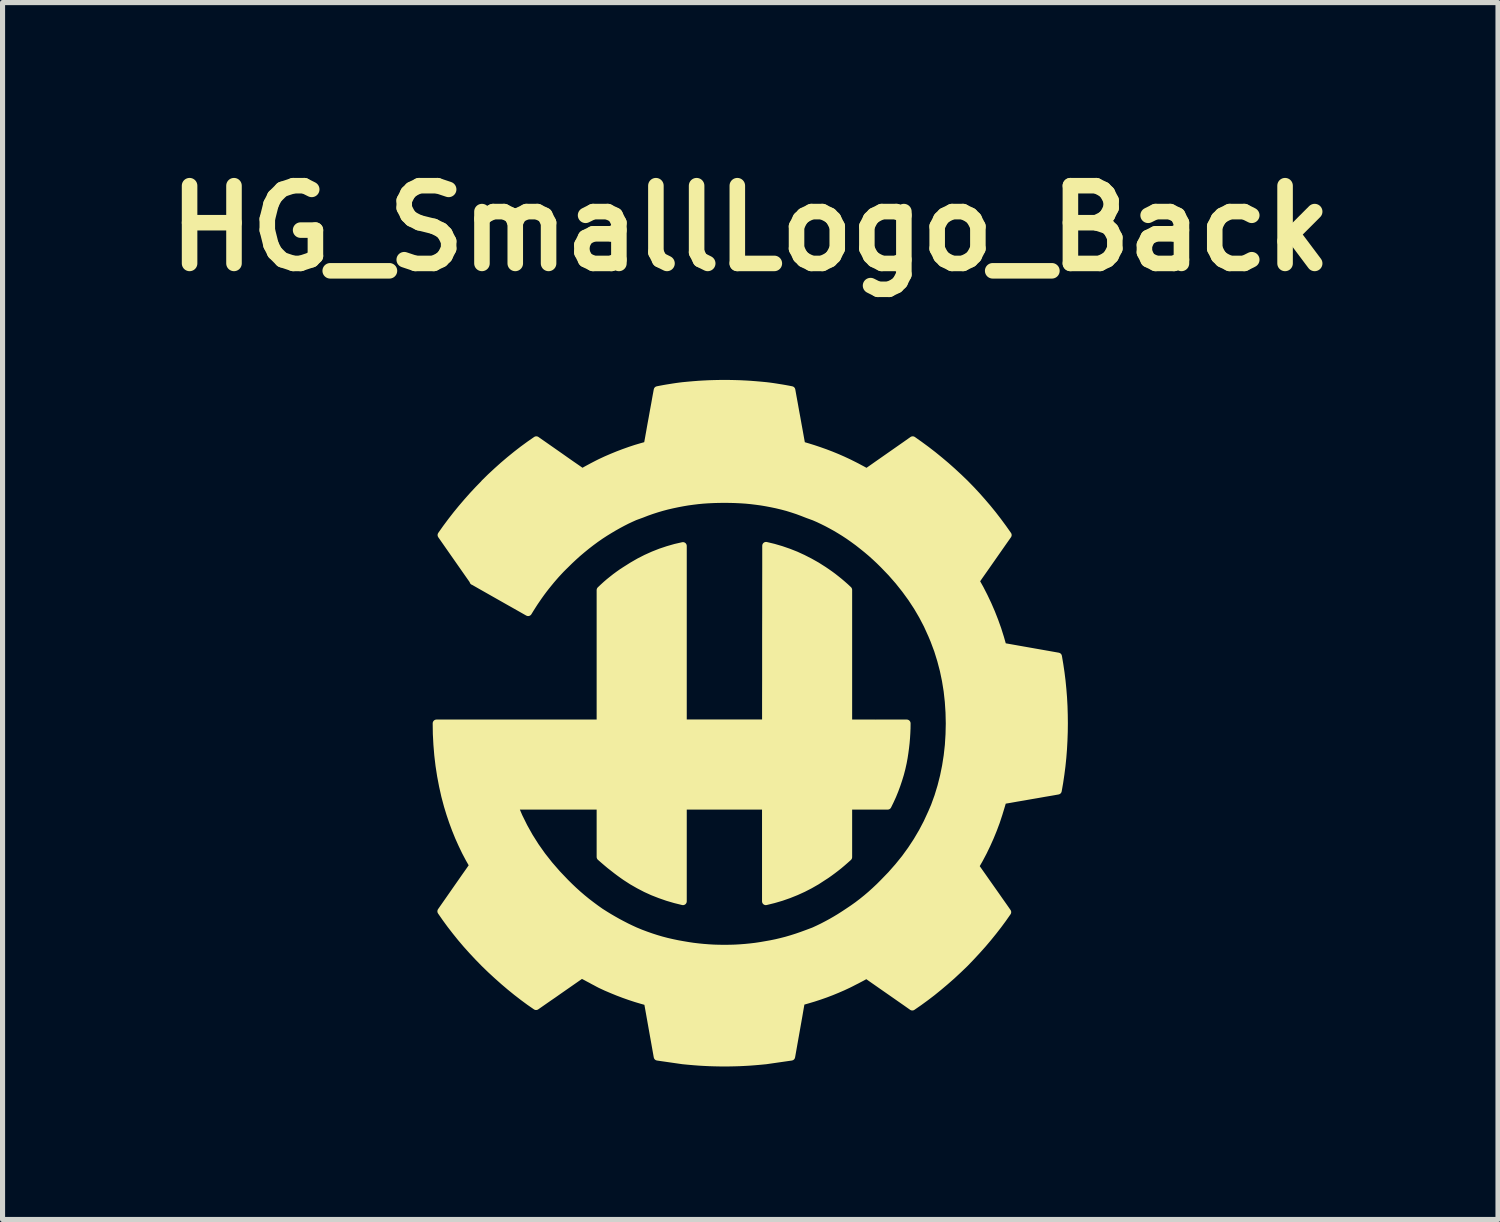
<source format=kicad_pcb>
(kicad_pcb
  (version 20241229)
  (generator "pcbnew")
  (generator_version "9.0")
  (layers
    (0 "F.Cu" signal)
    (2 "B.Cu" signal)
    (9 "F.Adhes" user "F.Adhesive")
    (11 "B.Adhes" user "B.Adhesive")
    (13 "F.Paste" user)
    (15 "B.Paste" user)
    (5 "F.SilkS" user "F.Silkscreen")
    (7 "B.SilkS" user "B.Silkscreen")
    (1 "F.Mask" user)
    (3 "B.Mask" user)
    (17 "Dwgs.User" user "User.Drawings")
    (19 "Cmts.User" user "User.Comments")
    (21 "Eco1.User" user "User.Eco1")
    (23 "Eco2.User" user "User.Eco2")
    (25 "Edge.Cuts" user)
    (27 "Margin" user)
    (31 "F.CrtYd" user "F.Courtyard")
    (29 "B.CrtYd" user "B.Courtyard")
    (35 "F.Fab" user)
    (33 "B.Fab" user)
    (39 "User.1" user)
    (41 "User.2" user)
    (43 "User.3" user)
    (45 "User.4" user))
  (footprint "HG_SmallLogo_Back"
    (layer "F.Cu")
    (at 11.662 11.131)
    (property "Reference" "HG_SmallLogo_Back" (at 0 -9.705 0) (layer "F.SilkS") (effects (font (size 1.524 1.524) (thickness 0.305))))
    (attr smd)
    (fp_poly (pts (xy -5.215 -4.7) (xy -5.329 -4.583) (xy -5.441 -4.463) (xy -5.55 -4.34) (xy -5.657 -4.215) (xy -5.761 -4.088) (xy -5.862 -3.958) (xy -5.961 -3.825) (xy -6.057 -3.689) (xy -5.978 -3.576) (xy -5.9 -3.464) (xy -5.821 -3.351) (xy -5.742 -3.238) (xy -5.663 -3.125) (xy -5.584 -3.012) (xy -5.505 -2.899) (xy -5.426 -2.787) (xy -5.427 -2.786) (xy -5.427 -2.785) (xy -5.428 -2.785) (xy -5.428 -2.784) (xy -5.429 -2.783) (xy -5.429 -2.783) (xy -5.43 -2.783) (xy -5.43 -2.782) (xy -5.43 -2.782) (xy -5.429 -2.782) (xy -5.429 -2.782) (xy -5.428 -2.782) (xy -5.428 -2.782) (xy -5.427 -2.782) (xy -5.427 -2.782) (xy -5.426 -2.782) (xy -5.293 -2.706) (xy -5.159 -2.63) (xy -5.025 -2.554) (xy -4.891 -2.478) (xy -4.757 -2.402) (xy -4.624 -2.327) (xy -4.49 -2.251) (xy -4.356 -2.175) (xy -4.317 -2.239) (xy -4.277 -2.302) (xy -4.236 -2.366) (xy -4.193 -2.429) (xy -4.149 -2.493) (xy -4.104 -2.556) (xy -4.057 -2.619) (xy -4.008 -2.682) (xy -3.957 -2.745) (xy -3.907 -2.806) (xy -3.857 -2.864) (xy -3.809 -2.919) (xy -3.761 -2.971) (xy -3.715 -3.02) (xy -3.669 -3.066) (xy -3.625 -3.109) (xy -3.548 -3.185) (xy -3.468 -3.26) (xy -3.386 -3.334) (xy -3.301 -3.406) (xy -3.214 -3.477) (xy -3.125 -3.546) (xy -3.033 -3.614) (xy -2.938 -3.68) (xy -2.849 -3.738) (xy -2.761 -3.792) (xy -2.675 -3.843) (xy -2.59 -3.891) (xy -2.506 -3.936) (xy -2.424 -3.978) (xy -2.343 -4.016) (xy -2.263 -4.052) (xy -2.246 -4.058) (xy -2.23 -4.064) (xy -2.214 -4.07) (xy -2.197 -4.076) (xy -2.181 -4.082) (xy -2.164 -4.088) (xy -2.148 -4.094) (xy -2.131 -4.1) (xy -2.034 -4.138) (xy -1.935 -4.173) (xy -1.836 -4.205) (xy -1.735 -4.235) (xy -1.633 -4.262) (xy -1.53 -4.286) (xy -1.426 -4.308) (xy -1.32 -4.328) (xy -1.226 -4.344) (xy -1.13 -4.357) (xy -1.032 -4.369) (xy -0.931 -4.379) (xy -0.828 -4.386) (xy -0.723 -4.391) (xy -0.615 -4.394) (xy -0.506 -4.395) (xy -0.397 -4.394) (xy -0.29 -4.391) (xy -0.185 -4.386) (xy -0.082 -4.379) (xy 0.019 -4.369) (xy 0.117 -4.357) (xy 0.214 -4.344) (xy 0.309 -4.328) (xy 0.415 -4.308) (xy 0.52 -4.286) (xy 0.624 -4.261) (xy 0.726 -4.234) (xy 0.826 -4.203) (xy 0.926 -4.17) (xy 1.023 -4.134) (xy 1.12 -4.096) (xy 1.136 -4.09) (xy 1.153 -4.084) (xy 1.169 -4.078) (xy 1.186 -4.072) (xy 1.202 -4.066) (xy 1.219 -4.06) (xy 1.235 -4.054) (xy 1.252 -4.048) (xy 1.337 -4.011) (xy 1.421 -3.971) (xy 1.506 -3.929) (xy 1.59 -3.884) (xy 1.675 -3.837) (xy 1.759 -3.787) (xy 1.843 -3.735) (xy 1.927 -3.68) (xy 2.021 -3.614) (xy 2.114 -3.546) (xy 2.203 -3.476) (xy 2.29 -3.406) (xy 2.375 -3.334) (xy 2.457 -3.26) (xy 2.537 -3.185) (xy 2.614 -3.109) (xy 2.766 -2.951) (xy 2.908 -2.789) (xy 3.04 -2.623) (xy 3.163 -2.454) (xy 3.276 -2.282) (xy 3.379 -2.106) (xy 3.473 -1.926) (xy 3.556 -1.743) (xy 3.563 -1.728) (xy 3.569 -1.712) (xy 3.576 -1.697) (xy 3.582 -1.681) (xy 3.589 -1.666) (xy 3.595 -1.65) (xy 3.602 -1.635) (xy 3.608 -1.619) (xy 3.679 -1.429) (xy 3.739 -1.236) (xy 3.791 -1.038) (xy 3.833 -0.837) (xy 3.866 -0.632) (xy 3.889 -0.423) (xy 3.903 -0.21) (xy 3.908 0.007) (xy 3.903 0.221) (xy 3.89 0.431) (xy 3.867 0.638) (xy 3.835 0.842) (xy 3.794 1.043) (xy 3.744 1.24) (xy 3.685 1.434) (xy 3.616 1.624) (xy 3.609 1.642) (xy 3.601 1.659) (xy 3.594 1.677) (xy 3.586 1.694) (xy 3.579 1.712) (xy 3.571 1.729) (xy 3.564 1.747) (xy 3.556 1.764) (xy 3.47 1.951) (xy 3.375 2.132) (xy 3.27 2.31) (xy 3.157 2.482) (xy 3.035 2.65) (xy 2.903 2.813) (xy 2.763 2.972) (xy 2.614 3.126) (xy 2.532 3.208) (xy 2.449 3.286) (xy 2.365 3.362) (xy 2.279 3.435) (xy 2.192 3.505) (xy 2.104 3.572) (xy 2.014 3.636) (xy 1.923 3.697) (xy 1.84 3.752) (xy 1.757 3.805) (xy 1.674 3.855) (xy 1.589 3.904) (xy 1.504 3.95) (xy 1.418 3.995) (xy 1.331 4.037) (xy 1.244 4.077) (xy 1.228 4.083) (xy 1.212 4.089) (xy 1.196 4.095) (xy 1.18 4.101) (xy 1.164 4.107) (xy 1.148 4.113) (xy 1.132 4.119) (xy 1.116 4.125) (xy 1.015 4.162) (xy 0.914 4.197) (xy 0.813 4.229) (xy 0.711 4.259) (xy 0.61 4.285) (xy 0.509 4.309) (xy 0.407 4.33) (xy 0.305 4.348) (xy 0.207 4.365) (xy 0.108 4.38) (xy 0.008 4.392) (xy -0.093 4.402) (xy -0.195 4.41) (xy -0.298 4.416) (xy -0.401 4.419) (xy -0.506 4.42) (xy -0.61 4.419) (xy -0.714 4.416) (xy -0.817 4.41) (xy -0.919 4.402) (xy -1.021 4.392) (xy -1.121 4.38) (xy -1.221 4.365) (xy -1.321 4.348) (xy -1.427 4.329) (xy -1.532 4.307) (xy -1.637 4.283) (xy -1.74 4.256) (xy -1.842 4.226) (xy -1.944 4.193) (xy -2.044 4.158) (xy -2.143 4.121) (xy -2.158 4.115) (xy -2.172 4.109) (xy -2.187 4.103) (xy -2.201 4.097) (xy -2.216 4.091) (xy -2.23 4.085) (xy -2.245 4.079) (xy -2.259 4.073) (xy -2.344 4.034) (xy -2.429 3.993) (xy -2.514 3.949) (xy -2.599 3.904) (xy -2.684 3.856) (xy -2.768 3.807) (xy -2.853 3.755) (xy -2.938 3.701) (xy -3.03 3.636) (xy -3.12 3.569) (xy -3.209 3.501) (xy -3.296 3.43) (xy -3.381 3.357) (xy -3.464 3.282) (xy -3.545 3.205) (xy -3.625 3.126) (xy -3.789 2.954) (xy -3.942 2.778) (xy -4.084 2.598) (xy -4.214 2.414) (xy -4.333 2.226) (xy -4.441 2.033) (xy -4.538 1.837) (xy -4.624 1.636) (xy -4.624 1.634) (xy -4.625 1.632) (xy -4.625 1.63) (xy -4.626 1.628) (xy -4.626 1.626) (xy -4.627 1.624) (xy -4.627 1.622) (xy -4.628 1.62) (xy -4.416 1.62) (xy -4.205 1.62) (xy -3.994 1.62) (xy -3.783 1.62) (xy -3.572 1.62) (xy -3.36 1.62) (xy -3.149 1.62) (xy -2.938 1.62) (xy -2.938 1.746) (xy -2.938 1.871) (xy -2.938 1.996) (xy -2.938 2.122) (xy -2.938 2.247) (xy -2.938 2.372) (xy -2.938 2.498) (xy -2.938 2.623) (xy -2.874 2.679) (xy -2.811 2.733) (xy -2.749 2.785) (xy -2.686 2.834) (xy -2.625 2.882) (xy -2.564 2.928) (xy -2.503 2.972) (xy -2.443 3.014) (xy -2.316 3.096) (xy -2.185 3.171) (xy -2.051 3.241) (xy -1.913 3.304) (xy -1.77 3.36) (xy -1.624 3.411) (xy -1.474 3.455) (xy -1.32 3.493) (xy -1.32 3.259) (xy -1.32 3.025) (xy -1.32 2.791) (xy -1.32 2.557) (xy -1.32 2.322) (xy -1.32 2.088) (xy -1.32 1.854) (xy -1.32 1.62) (xy -1.117 1.62) (xy -0.914 1.62) (xy -0.711 1.62) (xy -0.508 1.62) (xy -0.304 1.62) (xy -0.101 1.62) (xy 0.102 1.62) (xy 0.305 1.62) (xy 0.305 1.854) (xy 0.305 2.088) (xy 0.305 2.322) (xy 0.305 2.557) (xy 0.305 2.791) (xy 0.305 3.025) (xy 0.305 3.259) (xy 0.305 3.493) (xy 0.459 3.455) (xy 0.609 3.411) (xy 0.755 3.36) (xy 0.897 3.303) (xy 1.036 3.24) (xy 1.17 3.171) (xy 1.301 3.096) (xy 1.427 3.014) (xy 1.489 2.974) (xy 1.55 2.931) (xy 1.611 2.886) (xy 1.673 2.839) (xy 1.735 2.79) (xy 1.797 2.738) (xy 1.86 2.683) (xy 1.923 2.627) (xy 1.923 2.501) (xy 1.923 2.375) (xy 1.923 2.249) (xy 1.923 2.123) (xy 1.923 1.998) (xy 1.923 1.872) (xy 1.923 1.746) (xy 1.923 1.62) (xy 2.019 1.62) (xy 2.115 1.62) (xy 2.212 1.62) (xy 2.308 1.62) (xy 2.405 1.62) (xy 2.501 1.62) (xy 2.597 1.62) (xy 2.694 1.62) (xy 2.743 1.52) (xy 2.789 1.419) (xy 2.831 1.316) (xy 2.87 1.211) (xy 2.906 1.104) (xy 2.939 0.996) (xy 2.968 0.885) (xy 2.993 0.773) (xy 3.011 0.676) (xy 3.026 0.578) (xy 3.039 0.481) (xy 3.05 0.385) (xy 3.058 0.289) (xy 3.064 0.193) (xy 3.068 0.098) (xy 3.069 0.003) (xy 2.994 0.003) (xy 2.919 0.003) (xy 2.844 0.003) (xy 2.77 0.003) (xy 2.695 0.003) (xy 2.62 0.003) (xy 2.545 0.003) (xy 2.47 0.003) (xy 2.469 0.004) (xy 2.468 0.006) (xy 2.467 0.009) (xy 2.466 0.011) (xy 2.465 0.013) (xy 2.464 0.015) (xy 2.463 0.017) (xy 2.462 0.018) (xy 2.461 0.017) (xy 2.46 0.015) (xy 2.459 0.013) (xy 2.458 0.011) (xy 2.457 0.009) (xy 2.456 0.006) (xy 2.455 0.004) (xy 2.454 0.003) (xy 2.388 0.003) (xy 2.321 0.003) (xy 2.255 0.003) (xy 2.189 0.003) (xy 2.122 0.003) (xy 2.056 0.003) (xy 1.989 0.003) (xy 1.923 0.003) (xy 1.923 -0.325) (xy 1.923 -0.652) (xy 1.923 -0.979) (xy 1.923 -1.306) (xy 1.923 -1.633) (xy 1.923 -1.96) (xy 1.923 -2.287) (xy 1.923 -2.614) (xy 1.864 -2.669) (xy 1.804 -2.722) (xy 1.744 -2.773) (xy 1.683 -2.822) (xy 1.622 -2.87) (xy 1.561 -2.915) (xy 1.498 -2.959) (xy 1.436 -3.001) (xy 1.304 -3.085) (xy 1.169 -3.161) (xy 1.032 -3.231) (xy 0.893 -3.295) (xy 0.751 -3.351) (xy 0.606 -3.401) (xy 0.459 -3.444) (xy 0.309 -3.48) (xy 0.309 -3.045) (xy 0.308 -2.61) (xy 0.308 -2.174) (xy 0.307 -1.739) (xy 0.307 -1.304) (xy 0.307 -0.868) (xy 0.306 -0.433) (xy 0.306 0.002) (xy 0.102 0.002) (xy -0.101 0.002) (xy -0.304 0.002) (xy -0.507 0.002) (xy -0.71 0.002) (xy -0.914 0.002) (xy -1.117 0.002) (xy -1.32 0.002) (xy -1.32 -0.432) (xy -1.32 -0.867) (xy -1.32 -1.302) (xy -1.32 -1.737) (xy -1.32 -2.172) (xy -1.32 -2.607) (xy -1.32 -3.042) (xy -1.32 -3.476) (xy -1.469 -3.442) (xy -1.615 -3.4) (xy -1.759 -3.352) (xy -1.901 -3.296) (xy -2.041 -3.233) (xy -2.178 -3.163) (xy -2.313 -3.085) (xy -2.446 -3.001) (xy -2.514 -2.957) (xy -2.579 -2.911) (xy -2.643 -2.864) (xy -2.705 -2.815) (xy -2.766 -2.766) (xy -2.825 -2.715) (xy -2.882 -2.663) (xy -2.938 -2.61) (xy -2.938 -2.283) (xy -2.938 -1.957) (xy -2.938 -1.63) (xy -2.938 -1.304) (xy -2.938 -0.977) (xy -2.938 -0.651) (xy -2.938 -0.324) (xy -2.938 0.003) (xy -3.34 0.003) (xy -3.742 0.003) (xy -4.143 0.003) (xy -4.545 0.003) (xy -4.947 0.003) (xy -5.349 0.003) (xy -5.751 0.003) (xy -6.153 0.003) (xy -6.15 0.212) (xy -6.139 0.42) (xy -6.122 0.625) (xy -6.098 0.828) (xy -6.067 1.029) (xy -6.029 1.228) (xy -5.985 1.425) (xy -5.933 1.62) (xy -5.885 1.777) (xy -5.833 1.931) (xy -5.777 2.082) (xy -5.717 2.23) (xy -5.652 2.375) (xy -5.584 2.517) (xy -5.511 2.655) (xy -5.434 2.79) (xy -5.512 2.903) (xy -5.591 3.015) (xy -5.669 3.127) (xy -5.748 3.24) (xy -5.826 3.352) (xy -5.904 3.464) (xy -5.983 3.577) (xy -6.061 3.689) (xy -5.97 3.82) (xy -5.875 3.95) (xy -5.775 4.079) (xy -5.672 4.207) (xy -5.564 4.334) (xy -5.451 4.46) (xy -5.335 4.584) (xy -5.214 4.708) (xy -5.088 4.83) (xy -4.961 4.947) (xy -4.834 5.06) (xy -4.707 5.168) (xy -4.58 5.271) (xy -4.453 5.369) (xy -4.327 5.462) (xy -4.2 5.55) (xy -4.088 5.472) (xy -3.976 5.394) (xy -3.864 5.317) (xy -3.753 5.239) (xy -3.641 5.161) (xy -3.529 5.083) (xy -3.417 5.005) (xy -3.305 4.927) (xy -3.259 4.952) (xy -3.213 4.976) (xy -3.167 5.001) (xy -3.121 5.025) (xy -3.076 5.05) (xy -3.03 5.074) (xy -2.984 5.099) (xy -2.938 5.123) (xy -2.824 5.176) (xy -2.709 5.225) (xy -2.594 5.272) (xy -2.478 5.316) (xy -2.362 5.357) (xy -2.246 5.395) (xy -2.129 5.43) (xy -2.011 5.463) (xy -1.987 5.597) (xy -1.963 5.732) (xy -1.939 5.867) (xy -1.915 6.002) (xy -1.891 6.137) (xy -1.867 6.271) (xy -1.843 6.406) (xy -1.819 6.541) (xy -1.757 6.55) (xy -1.695 6.559) (xy -1.632 6.568) (xy -1.57 6.577) (xy -1.507 6.586) (xy -1.445 6.595) (xy -1.383 6.604) (xy -1.32 6.613) (xy -1.216 6.623) (xy -1.112 6.632) (xy -1.009 6.64) (xy -0.907 6.646) (xy -0.805 6.651) (xy -0.705 6.654) (xy -0.605 6.656) (xy -0.505 6.657) (xy -0.407 6.656) (xy -0.308 6.654) (xy -0.208 6.651) (xy -0.107 6.646) (xy -0.005 6.64) (xy 0.098 6.632) (xy 0.201 6.623) (xy 0.305 6.613) (xy 0.368 6.604) (xy 0.43 6.595) (xy 0.493 6.586) (xy 0.555 6.577) (xy 0.618 6.568) (xy 0.68 6.559) (xy 0.742 6.55) (xy 0.805 6.541) (xy 0.829 6.406) (xy 0.853 6.27) (xy 0.877 6.135) (xy 0.901 6) (xy 0.925 5.864) (xy 0.949 5.729) (xy 0.972 5.594) (xy 0.996 5.459) (xy 1.119 5.424) (xy 1.24 5.388) (xy 1.359 5.349) (xy 1.476 5.308) (xy 1.591 5.264) (xy 1.703 5.218) (xy 1.814 5.17) (xy 1.923 5.119) (xy 1.981 5.09) (xy 2.035 5.062) (xy 2.085 5.037) (xy 2.132 5.012) (xy 2.174 4.99) (xy 2.213 4.969) (xy 2.248 4.949) (xy 2.279 4.931) (xy 2.391 5.01) (xy 2.503 5.088) (xy 2.616 5.167) (xy 2.728 5.245) (xy 2.84 5.323) (xy 2.953 5.402) (xy 3.065 5.48) (xy 3.177 5.559) (xy 3.307 5.469) (xy 3.436 5.375) (xy 3.566 5.276) (xy 3.694 5.172) (xy 3.823 5.063) (xy 3.952 4.95) (xy 4.08 4.831) (xy 4.208 4.708) (xy 4.327 4.584) (xy 4.443 4.459) (xy 4.554 4.335) (xy 4.66 4.21) (xy 4.762 4.084) (xy 4.86 3.958) (xy 4.953 3.832) (xy 5.042 3.705) (xy 4.964 3.593) (xy 4.885 3.481) (xy 4.806 3.368) (xy 4.727 3.256) (xy 4.648 3.144) (xy 4.569 3.031) (xy 4.49 2.919) (xy 4.411 2.807) (xy 4.491 2.668) (xy 4.566 2.526) (xy 4.636 2.381) (xy 4.702 2.234) (xy 4.763 2.085) (xy 4.82 1.933) (xy 4.871 1.778) (xy 4.919 1.62) (xy 4.923 1.607) (xy 4.927 1.593) (xy 4.931 1.58) (xy 4.935 1.566) (xy 4.939 1.553) (xy 4.943 1.539) (xy 4.947 1.526) (xy 4.951 1.512) (xy 5.086 1.489) (xy 5.221 1.465) (xy 5.357 1.442) (xy 5.492 1.418) (xy 5.627 1.395) (xy 5.762 1.371) (xy 5.898 1.348) (xy 6.033 1.324) (xy 6.061 1.164) (xy 6.085 1.002) (xy 6.106 0.839) (xy 6.123 0.674) (xy 6.136 0.508) (xy 6.145 0.341) (xy 6.151 0.172) (xy 6.153 0.002) (xy 6.153 0.002) (xy 6.153 0.001) (xy 6.153 0.00043) (xy 6.153 -0.00019) (xy 6.153 -0.001) (xy 6.153 -0.001) (xy 6.153 -0.002) (xy 6.153 -0.003) (xy 6.151 -0.169) (xy 6.146 -0.334) (xy 6.137 -0.499) (xy 6.124 -0.663) (xy 6.108 -0.826) (xy 6.088 -0.987) (xy 6.064 -1.149) (xy 6.037 -1.309) (xy 5.901 -1.333) (xy 5.766 -1.357) (xy 5.63 -1.381) (xy 5.494 -1.405) (xy 5.358 -1.429) (xy 5.222 -1.453) (xy 5.087 -1.477) (xy 4.951 -1.501) (xy 4.902 -1.672) (xy 4.849 -1.84) (xy 4.79 -2.005) (xy 4.726 -2.168) (xy 4.657 -2.327) (xy 4.583 -2.483) (xy 4.504 -2.637) (xy 4.42 -2.787) (xy 4.498 -2.9) (xy 4.577 -3.012) (xy 4.656 -3.125) (xy 4.735 -3.238) (xy 4.814 -3.351) (xy 4.893 -3.464) (xy 4.972 -3.577) (xy 5.051 -3.689) (xy 4.955 -3.825) (xy 4.857 -3.958) (xy 4.756 -4.089) (xy 4.652 -4.217) (xy 4.545 -4.342) (xy 4.436 -4.465) (xy 4.323 -4.586) (xy 4.208 -4.704) (xy 4.086 -4.821) (xy 3.963 -4.935) (xy 3.838 -5.046) (xy 3.711 -5.153) (xy 3.582 -5.258) (xy 3.451 -5.359) (xy 3.319 -5.456) (xy 3.185 -5.551) (xy 3.073 -5.472) (xy 2.96 -5.393) (xy 2.847 -5.314) (xy 2.734 -5.235) (xy 2.621 -5.156) (xy 2.508 -5.077) (xy 2.396 -4.998) (xy 2.283 -4.92) (xy 2.252 -4.937) (xy 2.217 -4.957) (xy 2.178 -4.978) (xy 2.136 -5) (xy 2.09 -5.025) (xy 2.039 -5.051) (xy 1.985 -5.078) (xy 1.927 -5.107) (xy 1.813 -5.16) (xy 1.699 -5.21) (xy 1.584 -5.257) (xy 1.469 -5.301) (xy 1.353 -5.342) (xy 1.237 -5.381) (xy 1.121 -5.417) (xy 1.005 -5.451) (xy 0.98 -5.586) (xy 0.956 -5.721) (xy 0.931 -5.857) (xy 0.907 -5.992) (xy 0.882 -6.127) (xy 0.858 -6.262) (xy 0.833 -6.398) (xy 0.809 -6.533) (xy 0.743 -6.546) (xy 0.677 -6.558) (xy 0.613 -6.569) (xy 0.55 -6.579) (xy 0.488 -6.589) (xy 0.428 -6.598) (xy 0.368 -6.606) (xy 0.31 -6.613) (xy 0.205 -6.623) (xy 0.101 -6.632) (xy -0.002 -6.64) (xy -0.104 -6.646) (xy -0.205 -6.651) (xy -0.306 -6.654) (xy -0.406 -6.656) (xy -0.505 -6.657) (xy -0.604 -6.656) (xy -0.704 -6.654) (xy -0.805 -6.651) (xy -0.907 -6.646) (xy -1.009 -6.64) (xy -1.112 -6.632) (xy -1.215 -6.623) (xy -1.32 -6.613) (xy -1.378 -6.606) (xy -1.438 -6.598) (xy -1.499 -6.589) (xy -1.561 -6.579) (xy -1.624 -6.569) (xy -1.688 -6.558) (xy -1.753 -6.546) (xy -1.819 -6.533) (xy -1.844 -6.398) (xy -1.868 -6.262) (xy -1.893 -6.127) (xy -1.917 -5.992) (xy -1.942 -5.857) (xy -1.966 -5.721) (xy -1.99 -5.586) (xy -2.015 -5.451) (xy -2.13 -5.419) (xy -2.245 -5.385) (xy -2.36 -5.347) (xy -2.475 -5.306) (xy -2.591 -5.262) (xy -2.706 -5.215) (xy -2.822 -5.165) (xy -2.938 -5.111) (xy -2.996 -5.082) (xy -3.05 -5.054) (xy -3.1 -5.028) (xy -3.146 -5.003) (xy -3.189 -4.98) (xy -3.227 -4.959) (xy -3.262 -4.938) (xy -3.293 -4.92) (xy -3.406 -4.999) (xy -3.519 -5.077) (xy -3.632 -5.156) (xy -3.744 -5.235) (xy -3.857 -5.314) (xy -3.97 -5.393) (xy -4.083 -5.472) (xy -4.196 -5.551) (xy -4.327 -5.46) (xy -4.457 -5.365) (xy -4.586 -5.265) (xy -4.714 -5.161) (xy -4.841 -5.053) (xy -4.966 -4.941) (xy -5.091 -4.825) (xy -5.214 -4.704) (xy -5.214 -4.704) (xy -5.215 -4.7)) (stroke (width 0.149) (type solid)) (fill yes) (layer "F.SilkS")))
  (gr_rect
    (start -3 -3)
    (end 26.324 20.863)
    (stroke (width 0.1) (type default))
    (fill no)
    (layer "Edge.Cuts")))
</source>
